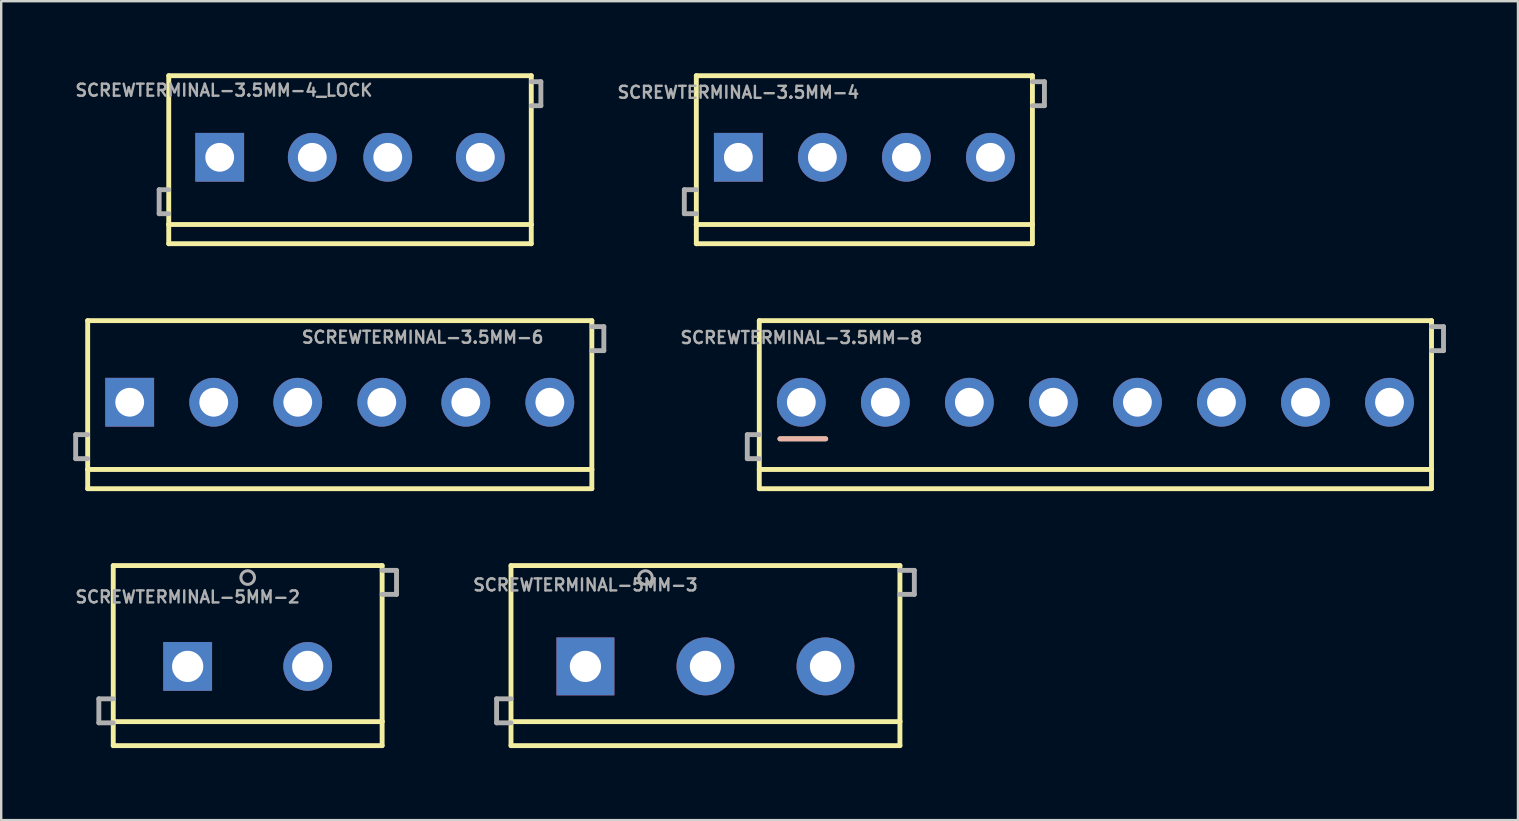
<source format=kicad_pcb>
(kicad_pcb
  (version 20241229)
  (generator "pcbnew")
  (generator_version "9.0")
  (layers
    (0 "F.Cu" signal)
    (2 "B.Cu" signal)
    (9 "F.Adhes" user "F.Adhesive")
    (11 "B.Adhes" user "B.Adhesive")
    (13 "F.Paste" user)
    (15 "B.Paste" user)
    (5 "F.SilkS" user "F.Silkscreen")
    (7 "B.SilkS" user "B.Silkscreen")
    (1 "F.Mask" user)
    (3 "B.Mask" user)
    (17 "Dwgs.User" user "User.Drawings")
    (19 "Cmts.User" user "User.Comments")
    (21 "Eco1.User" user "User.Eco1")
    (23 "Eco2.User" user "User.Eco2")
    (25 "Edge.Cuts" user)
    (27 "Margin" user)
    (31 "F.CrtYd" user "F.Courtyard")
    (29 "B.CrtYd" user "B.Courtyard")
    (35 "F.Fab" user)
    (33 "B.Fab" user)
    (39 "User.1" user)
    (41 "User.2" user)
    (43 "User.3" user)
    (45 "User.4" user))
  (footprint "SCREWTERMINAL-3.5MM-8"
    (layer "F.Cu")
    (at 30.327 13.705)
    (property "Reference" "SCREWTERMINAL-3.5MM-8" (at 0 -2.4 0) (layer "F.Fab") (effects (font (size 0.5 0.5) (thickness 0.1)) (justify bottom)))
    (fp_line (start -1.75 -3.4) (end 26.25 -3.4) (stroke (width 0.203) (type solid)) (layer "F.SilkS"))
    (fp_line (start -1.75 2.8) (end -1.75 -3.4) (stroke (width 0.203) (type solid)) (layer "F.SilkS"))
    (fp_line (start -1.75 3.6) (end -1.75 2.8) (stroke (width 0.203) (type solid)) (layer "F.SilkS"))
    (fp_line (start 1.016 1.524) (end -0.889 1.524) (stroke (width 0.203) (type solid)) (layer "F.SilkS"))
    (fp_line (start 26.25 -3.4) (end 26.25 2.8) (stroke (width 0.203) (type solid)) (layer "F.SilkS"))
    (fp_line (start 26.25 2.8) (end -1.75 2.8) (stroke (width 0.203) (type solid)) (layer "F.SilkS"))
    (fp_line (start 26.25 2.8) (end 26.25 3.6) (stroke (width 0.203) (type solid)) (layer "F.SilkS"))
    (fp_line (start 26.25 3.6) (end -1.75 3.6) (stroke (width 0.203) (type solid)) (layer "F.SilkS"))
    (fp_line (start -0.889 1.524) (end 1.016 1.524) (stroke (width 0.203) (type solid)) (layer "B.SilkS"))
    (fp_line (start -2.25 1.35) (end -2.25 2.35) (stroke (width 0.203) (type solid)) (layer "F.Fab"))
    (fp_line (start -2.25 2.35) (end -1.75 2.35) (stroke (width 0.203) (type solid)) (layer "F.Fab"))
    (fp_line (start -1.75 1.35) (end -2.25 1.35) (stroke (width 0.203) (type solid)) (layer "F.Fab"))
    (fp_line (start 26.25 -3.15) (end 26.75 -3.15) (stroke (width 0.203) (type solid)) (layer "F.Fab"))
    (fp_line (start 26.75 -3.15) (end 26.75 -2.15) (stroke (width 0.203) (type solid)) (layer "F.Fab"))
    (fp_line (start 26.75 -2.15) (end 26.25 -2.15) (stroke (width 0.203) (type solid)) (layer "F.Fab"))
    (pad "1" thru_hole circle (at 0 0) (size 2.032 2.032) (drill 1.2) (layers "*.Cu" "*.Mask"))
    (pad "2" thru_hole circle (at 3.5 0) (size 2.032 2.032) (drill 1.2) (layers "*.Cu" "*.Mask"))
    (pad "3" thru_hole circle (at 7 0) (size 2.032 2.032) (drill 1.2) (layers "*.Cu" "*.Mask"))
    (pad "4" thru_hole circle (at 10.5 0) (size 2.032 2.032) (drill 1.2) (layers "*.Cu" "*.Mask"))
    (pad "5" thru_hole circle (at 14 0) (size 2.032 2.032) (drill 1.2) (layers "*.Cu" "*.Mask"))
    (pad "6" thru_hole circle (at 17.5 0) (size 2.032 2.032) (drill 1.2) (layers "*.Cu" "*.Mask"))
    (pad "7" thru_hole circle (at 21 0) (size 2.032 2.032) (drill 1.2) (layers "*.Cu" "*.Mask"))
    (pad "8" thru_hole circle (at 24.5 0) (size 2.032 2.032) (drill 1.2) (layers "*.Cu" "*.Mask")))
  (footprint "SCREWTERMINAL-5MM-3"
    (layer "F.Cu")
    (at 21.335 24.708)
    (property "Reference" "SCREWTERMINAL-5MM-3" (at 0 -3.1 0) (layer "F.Fab") (effects (font (size 0.5 0.5) (thickness 0.1)) (justify bottom)))
    (fp_line (start -3.1 -4.2) (end 13.1 -4.2) (stroke (width 0.203) (type solid)) (layer "F.SilkS"))
    (fp_line (start -3.1 2.3) (end -3.1 -4.2) (stroke (width 0.203) (type solid)) (layer "F.SilkS"))
    (fp_line (start -3.1 3.3) (end -3.1 2.3) (stroke (width 0.203) (type solid)) (layer "F.SilkS"))
    (fp_line (start 13.1 -4.2) (end 13.1 2.3) (stroke (width 0.203) (type solid)) (layer "F.SilkS"))
    (fp_line (start 13.1 2.3) (end -3.1 2.3) (stroke (width 0.203) (type solid)) (layer "F.SilkS"))
    (fp_line (start 13.1 2.3) (end 13.1 3.3) (stroke (width 0.203) (type solid)) (layer "F.SilkS"))
    (fp_line (start 13.1 3.3) (end -3.1 3.3) (stroke (width 0.203) (type solid)) (layer "F.SilkS"))
    (fp_line (start -3.7 1.35) (end -3.7 2.35) (stroke (width 0.203) (type solid)) (layer "F.Fab"))
    (fp_line (start -3.7 2.35) (end -3.1 2.35) (stroke (width 0.203) (type solid)) (layer "F.Fab"))
    (fp_line (start -3.1 1.35) (end -3.7 1.35) (stroke (width 0.203) (type solid)) (layer "F.Fab"))
    (fp_line (start 13.1 -4) (end 13.7 -4) (stroke (width 0.203) (type solid)) (layer "F.Fab"))
    (fp_line (start 13.7 -4) (end 13.7 -3) (stroke (width 0.203) (type solid)) (layer "F.Fab"))
    (fp_line (start 13.7 -3) (end 13.1 -3) (stroke (width 0.203) (type solid)) (layer "F.Fab"))
    (fp_circle (center 2.5 -3.7) (end 2.783 -3.7) (stroke (width 0.127) (type solid)) (fill no) (layer "F.Fab"))
    (pad "1" thru_hole rect (at 0 0) (size 2.413 2.413) (drill 1.3) (layers "*.Cu" "*.Mask"))
    (pad "2" thru_hole circle (at 5 0) (size 2.413 2.413) (drill 1.3) (layers "*.Cu" "*.Mask"))
    (pad "3" thru_hole circle (at 10 0) (size 2.413 2.413) (drill 1.3) (layers "*.Cu" "*.Mask")))
  (footprint "SCREWTERMINAL-3.5MM-4"
    (layer "F.Cu")
    (at 27.704 3.502)
    (property "Reference" "SCREWTERMINAL-3.5MM-4" (at 0 -2.413 0) (layer "F.Fab") (effects (font (size 0.5 0.5) (thickness 0.1)) (justify bottom)))
    (fp_line (start -1.75 -3.4) (end 12.25 -3.4) (stroke (width 0.203) (type solid)) (layer "F.SilkS"))
    (fp_line (start -1.75 2.8) (end -1.75 -3.4) (stroke (width 0.203) (type solid)) (layer "F.SilkS"))
    (fp_line (start -1.75 3.6) (end -1.75 2.8) (stroke (width 0.203) (type solid)) (layer "F.SilkS"))
    (fp_line (start 12.25 -3.4) (end 12.25 2.8) (stroke (width 0.203) (type solid)) (layer "F.SilkS"))
    (fp_line (start 12.25 2.8) (end -1.75 2.8) (stroke (width 0.203) (type solid)) (layer "F.SilkS"))
    (fp_line (start 12.25 2.8) (end 12.25 3.6) (stroke (width 0.203) (type solid)) (layer "F.SilkS"))
    (fp_line (start 12.25 3.6) (end -1.75 3.6) (stroke (width 0.203) (type solid)) (layer "F.SilkS"))
    (fp_line (start -2.25 1.35) (end -2.25 2.35) (stroke (width 0.203) (type solid)) (layer "F.Fab"))
    (fp_line (start -2.25 2.35) (end -1.75 2.35) (stroke (width 0.203) (type solid)) (layer "F.Fab"))
    (fp_line (start -1.75 1.35) (end -2.25 1.35) (stroke (width 0.203) (type solid)) (layer "F.Fab"))
    (fp_line (start 12.25 -3.15) (end 12.75 -3.15) (stroke (width 0.203) (type solid)) (layer "F.Fab"))
    (fp_line (start 12.75 -3.15) (end 12.75 -2.15) (stroke (width 0.203) (type solid)) (layer "F.Fab"))
    (fp_line (start 12.75 -2.15) (end 12.25 -2.15) (stroke (width 0.203) (type solid)) (layer "F.Fab"))
    (fp_circle (center 0 0) (end 0.425 0) (stroke (width 0.001) (type solid)) (fill no) (layer "F.Fab"))
    (fp_circle (center 3.5 0) (end 3.925 0) (stroke (width 0.001) (type solid)) (fill no) (layer "F.Fab"))
    (fp_circle (center 7 0) (end 7.425 0) (stroke (width 0.001) (type solid)) (fill no) (layer "F.Fab"))
    (fp_circle (center 10.5 0) (end 10.925 0) (stroke (width 0.001) (type solid)) (fill no) (layer "F.Fab"))
    (pad "1" thru_hole rect (at 0 0) (size 2.032 2.032) (drill 1.2) (layers "*.Cu" "*.Mask"))
    (pad "2" thru_hole circle (at 3.5 0) (size 2.032 2.032) (drill 1.2) (layers "*.Cu" "*.Mask"))
    (pad "3" thru_hole circle (at 7 0) (size 2.032 2.032) (drill 1.2) (layers "*.Cu" "*.Mask"))
    (pad "4" thru_hole circle (at 10.5 0) (size 2.032 2.032) (drill 1.2) (layers "*.Cu" "*.Mask")))
  (footprint "SCREWTERMINAL-3.5MM-6"
    (layer "F.Cu")
    (at 2.352 13.705)
    (property "Reference" "SCREWTERMINAL-3.5MM-6" (at 7.112 -2.413 0) (layer "F.Fab") (effects (font (size 0.5 0.5) (thickness 0.1)) (justify left bottom)))
    (fp_line (start -1.75 -3.4) (end 19.25 -3.4) (stroke (width 0.203) (type solid)) (layer "F.SilkS"))
    (fp_line (start -1.75 2.8) (end -1.75 -3.4) (stroke (width 0.203) (type solid)) (layer "F.SilkS"))
    (fp_line (start -1.75 3.6) (end -1.75 2.8) (stroke (width 0.203) (type solid)) (layer "F.SilkS"))
    (fp_line (start 19.25 -3.4) (end 19.25 2.8) (stroke (width 0.203) (type solid)) (layer "F.SilkS"))
    (fp_line (start 19.25 2.8) (end -1.75 2.8) (stroke (width 0.203) (type solid)) (layer "F.SilkS"))
    (fp_line (start 19.25 2.8) (end 19.25 3.6) (stroke (width 0.203) (type solid)) (layer "F.SilkS"))
    (fp_line (start 19.25 3.6) (end -1.75 3.6) (stroke (width 0.203) (type solid)) (layer "F.SilkS"))
    (fp_line (start -2.25 1.35) (end -2.25 2.35) (stroke (width 0.203) (type solid)) (layer "F.Fab"))
    (fp_line (start -2.25 2.35) (end -1.75 2.35) (stroke (width 0.203) (type solid)) (layer "F.Fab"))
    (fp_line (start -1.75 1.35) (end -2.25 1.35) (stroke (width 0.203) (type solid)) (layer "F.Fab"))
    (fp_line (start 19.25 -3.15) (end 19.75 -3.15) (stroke (width 0.203) (type solid)) (layer "F.Fab"))
    (fp_line (start 19.75 -3.15) (end 19.75 -2.15) (stroke (width 0.203) (type solid)) (layer "F.Fab"))
    (fp_line (start 19.75 -2.15) (end 19.25 -2.15) (stroke (width 0.203) (type solid)) (layer "F.Fab"))
    (pad "1" thru_hole rect (at 0 0) (size 2.032 2.032) (drill 1.2) (layers "*.Cu" "*.Mask"))
    (pad "2" thru_hole circle (at 3.5 0) (size 2.032 2.032) (drill 1.2) (layers "*.Cu" "*.Mask"))
    (pad "3" thru_hole circle (at 7 0) (size 2.032 2.032) (drill 1.2) (layers "*.Cu" "*.Mask"))
    (pad "4" thru_hole circle (at 10.5 0) (size 2.032 2.032) (drill 1.2) (layers "*.Cu" "*.Mask"))
    (pad "5" thru_hole circle (at 14 0) (size 2.032 2.032) (drill 1.2) (layers "*.Cu" "*.Mask"))
    (pad "6" thru_hole circle (at 17.5 0) (size 2.032 2.032) (drill 1.2) (layers "*.Cu" "*.Mask")))
  (footprint "SCREWTERMINAL-3.5MM-4_LOCK"
    (layer "F.Cu")
    (at 6.279 3.502)
    (property "Reference" "SCREWTERMINAL-3.5MM-4_LOCK" (at 0 -2.5 0) (layer "F.Fab") (effects (font (size 0.5 0.5) (thickness 0.1)) (justify bottom)))
    (fp_line (start -2.3 -3.4) (end 12.8 -3.4) (stroke (width 0.203) (type solid)) (layer "F.SilkS"))
    (fp_line (start -2.3 2.8) (end -2.3 -3.4) (stroke (width 0.203) (type solid)) (layer "F.SilkS"))
    (fp_line (start -2.3 3.6) (end -2.3 2.8) (stroke (width 0.203) (type solid)) (layer "F.SilkS"))
    (fp_line (start 12.8 -3.4) (end 12.8 2.8) (stroke (width 0.203) (type solid)) (layer "F.SilkS"))
    (fp_line (start 12.8 2.8) (end -2.3 2.8) (stroke (width 0.203) (type solid)) (layer "F.SilkS"))
    (fp_line (start 12.8 2.8) (end 12.8 3.6) (stroke (width 0.203) (type solid)) (layer "F.SilkS"))
    (fp_line (start 12.8 3.6) (end -2.3 3.6) (stroke (width 0.203) (type solid)) (layer "F.SilkS"))
    (fp_line (start -2.7 1.35) (end -2.7 2.35) (stroke (width 0.203) (type solid)) (layer "F.Fab"))
    (fp_line (start -2.7 2.35) (end -2.3 2.35) (stroke (width 0.203) (type solid)) (layer "F.Fab"))
    (fp_line (start -2.3 1.35) (end -2.7 1.35) (stroke (width 0.203) (type solid)) (layer "F.Fab"))
    (fp_line (start 12.8 -3.15) (end 13.2 -3.15) (stroke (width 0.203) (type solid)) (layer "F.Fab"))
    (fp_line (start 13.2 -3.15) (end 13.2 -2.15) (stroke (width 0.203) (type solid)) (layer "F.Fab"))
    (fp_line (start 13.2 -2.15) (end 12.8 -2.15) (stroke (width 0.203) (type solid)) (layer "F.Fab"))
    (fp_circle (center 0 0) (end 0.425 0) (stroke (width 0.001) (type solid)) (fill no) (layer "F.Fab"))
    (fp_circle (center 3.5 0) (end 3.925 0) (stroke (width 0.001) (type solid)) (fill no) (layer "F.Fab"))
    (fp_circle (center 7 0) (end 7.425 0) (stroke (width 0.001) (type solid)) (fill no) (layer "F.Fab"))
    (fp_circle (center 10.5 0) (end 10.925 0) (stroke (width 0.001) (type solid)) (fill no) (layer "F.Fab"))
    (pad "1" thru_hole rect (at -0.178 0) (size 2.032 2.032) (drill 1.2) (layers "*.Cu" "*.Mask"))
    (pad "2" thru_hole circle (at 3.678 0) (size 2.032 2.032) (drill 1.2) (layers "*.Cu" "*.Mask"))
    (pad "3" thru_hole circle (at 6.822 0) (size 2.032 2.032) (drill 1.2) (layers "*.Cu" "*.Mask"))
    (pad "4" thru_hole circle (at 10.678 0) (size 2.032 2.032) (drill 1.2) (layers "*.Cu" "*.Mask")))
  (footprint "SCREWTERMINAL-5MM-2"
    (layer "F.Cu")
    (at 4.767 24.708)
    (property "Reference" "SCREWTERMINAL-5MM-2" (at 0 -2.6 0) (layer "F.Fab") (effects (font (size 0.5 0.5) (thickness 0.1)) (justify bottom)))
    (fp_line (start -3.1 -4.2) (end 8.1 -4.2) (stroke (width 0.203) (type solid)) (layer "F.SilkS"))
    (fp_line (start -3.1 2.3) (end -3.1 -4.2) (stroke (width 0.203) (type solid)) (layer "F.SilkS"))
    (fp_line (start -3.1 3.3) (end -3.1 2.3) (stroke (width 0.203) (type solid)) (layer "F.SilkS"))
    (fp_line (start 8.1 -4.2) (end 8.1 2.3) (stroke (width 0.203) (type solid)) (layer "F.SilkS"))
    (fp_line (start 8.1 2.3) (end -3.1 2.3) (stroke (width 0.203) (type solid)) (layer "F.SilkS"))
    (fp_line (start 8.1 2.3) (end 8.1 3.3) (stroke (width 0.203) (type solid)) (layer "F.SilkS"))
    (fp_line (start 8.1 3.3) (end -3.1 3.3) (stroke (width 0.203) (type solid)) (layer "F.SilkS"))
    (fp_line (start -3.7 1.35) (end -3.7 2.35) (stroke (width 0.203) (type solid)) (layer "F.Fab"))
    (fp_line (start -3.7 2.35) (end -3.1 2.35) (stroke (width 0.203) (type solid)) (layer "F.Fab"))
    (fp_line (start -3.1 1.35) (end -3.7 1.35) (stroke (width 0.203) (type solid)) (layer "F.Fab"))
    (fp_line (start 8.1 -4) (end 8.7 -4) (stroke (width 0.203) (type solid)) (layer "F.Fab"))
    (fp_line (start 8.7 -4) (end 8.7 -3) (stroke (width 0.203) (type solid)) (layer "F.Fab"))
    (fp_line (start 8.7 -3) (end 8.1 -3) (stroke (width 0.203) (type solid)) (layer "F.Fab"))
    (fp_circle (center 2.5 -3.7) (end 2.783 -3.7) (stroke (width 0.127) (type solid)) (fill no) (layer "F.Fab"))
    (pad "1" thru_hole rect (at 0 0) (size 2.032 2.032) (drill 1.3) (layers "*.Cu" "*.Mask"))
    (pad "2" thru_hole circle (at 5 0) (size 2.032 2.032) (drill 1.3) (layers "*.Cu" "*.Mask")))
  (gr_rect
    (start -3 -3)
    (end 60.179 31.11)
    (stroke (width 0.1) (type default))
    (fill no)
    (layer "Edge.Cuts")))
</source>
